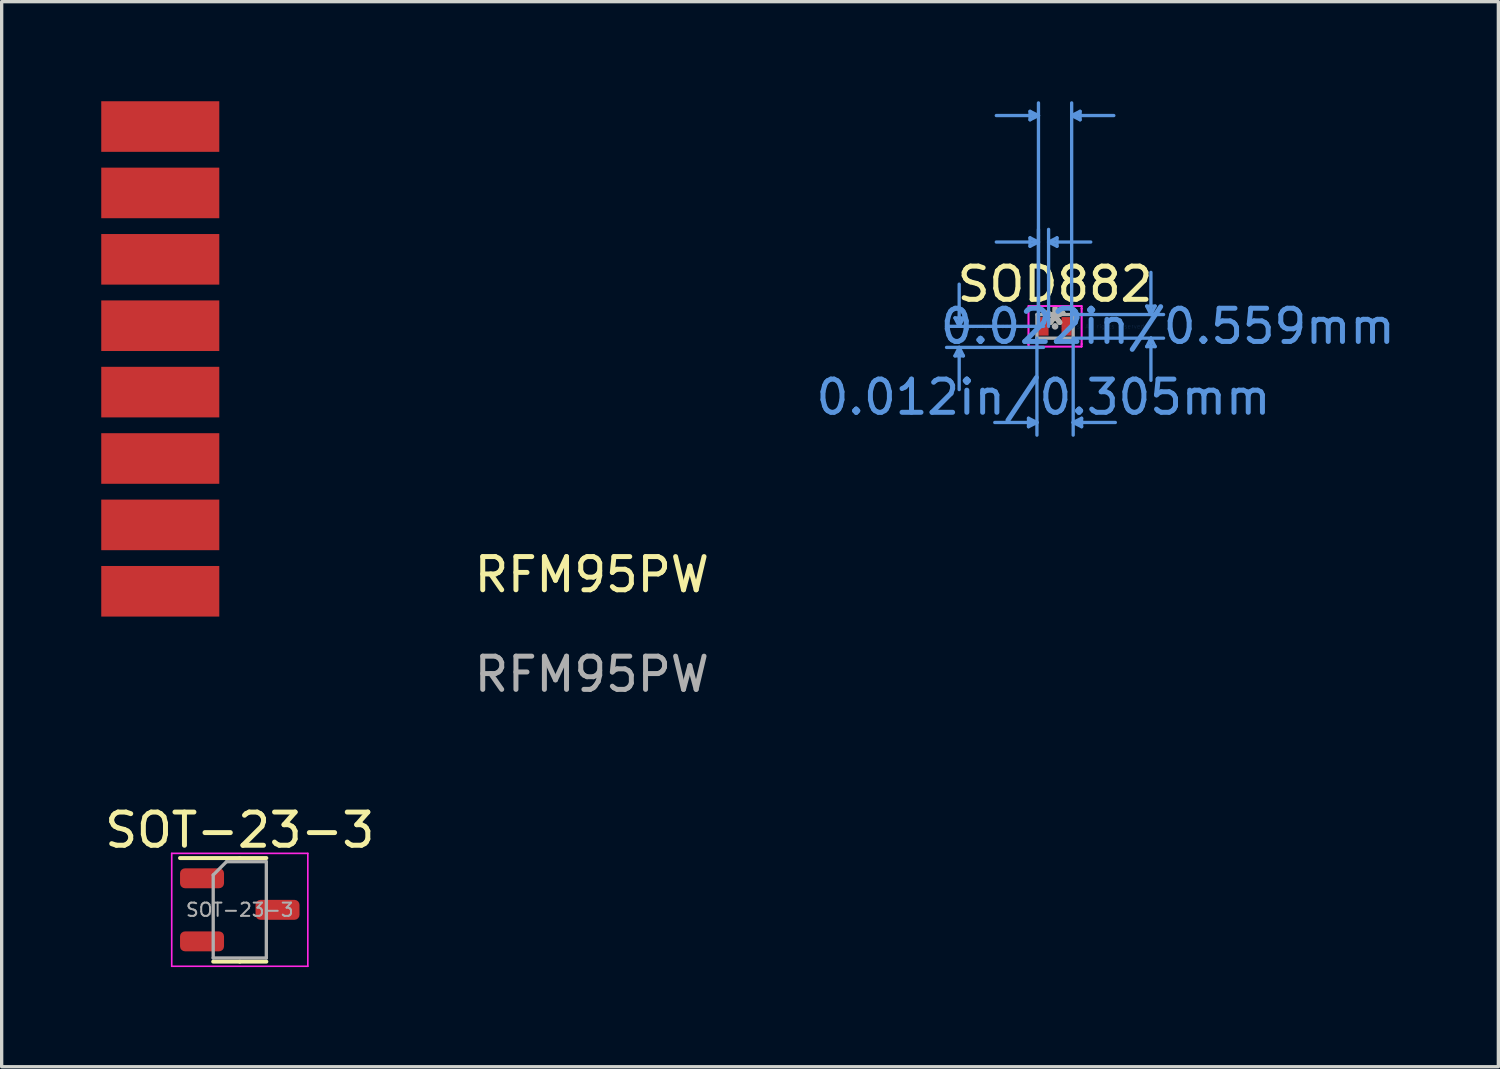
<source format=kicad_pcb>
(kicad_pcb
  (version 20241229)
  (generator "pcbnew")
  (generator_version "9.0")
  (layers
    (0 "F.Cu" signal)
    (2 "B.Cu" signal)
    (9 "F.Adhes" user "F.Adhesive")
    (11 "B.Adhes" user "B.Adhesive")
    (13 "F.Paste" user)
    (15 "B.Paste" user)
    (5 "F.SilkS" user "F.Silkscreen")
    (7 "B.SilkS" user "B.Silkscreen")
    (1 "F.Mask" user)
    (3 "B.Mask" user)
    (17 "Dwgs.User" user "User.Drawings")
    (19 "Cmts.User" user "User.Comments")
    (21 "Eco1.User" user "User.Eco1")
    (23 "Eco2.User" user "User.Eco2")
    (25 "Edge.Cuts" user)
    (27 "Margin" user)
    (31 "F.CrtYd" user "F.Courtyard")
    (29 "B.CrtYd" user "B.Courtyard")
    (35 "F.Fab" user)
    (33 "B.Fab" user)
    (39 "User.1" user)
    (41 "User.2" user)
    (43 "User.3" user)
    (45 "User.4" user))
  (footprint "SOT-23-3"
    (layer "F.Cu")
    (at 4.173 24.358)
    (property "Reference" "SOT-23-3" (at 0 -2.4 0) (layer "F.SilkS") (effects (font (size 1 1) (thickness 0.15))))
    (attr smd)
    (fp_line (start 0 -1.56) (end -1.8 -1.56) (stroke (width 0.12) (type solid)) (layer "F.SilkS"))
    (fp_line (start 0 -1.56) (end 0.8 -1.56) (stroke (width 0.12) (type solid)) (layer "F.SilkS"))
    (fp_line (start 0 1.56) (end -0.8 1.56) (stroke (width 0.12) (type solid)) (layer "F.SilkS"))
    (fp_line (start 0 1.56) (end 0.8 1.56) (stroke (width 0.12) (type solid)) (layer "F.SilkS"))
    (fp_line (start -2.05 -1.7) (end -2.05 1.7) (stroke (width 0.05) (type solid)) (layer "F.CrtYd"))
    (fp_line (start -2.05 1.7) (end 2.05 1.7) (stroke (width 0.05) (type solid)) (layer "F.CrtYd"))
    (fp_line (start 2.05 -1.7) (end -2.05 -1.7) (stroke (width 0.05) (type solid)) (layer "F.CrtYd"))
    (fp_line (start 2.05 1.7) (end 2.05 -1.7) (stroke (width 0.05) (type solid)) (layer "F.CrtYd"))
    (fp_line (start -0.8 -1.05) (end -0.4 -1.45) (stroke (width 0.1) (type solid)) (layer "F.Fab"))
    (fp_line (start -0.8 1.45) (end -0.8 -1.05) (stroke (width 0.1) (type solid)) (layer "F.Fab"))
    (fp_line (start -0.4 -1.45) (end 0.8 -1.45) (stroke (width 0.1) (type solid)) (layer "F.Fab"))
    (fp_line (start 0.8 -1.45) (end 0.8 1.45) (stroke (width 0.1) (type solid)) (layer "F.Fab"))
    (fp_line (start 0.8 1.45) (end -0.8 1.45) (stroke (width 0.1) (type solid)) (layer "F.Fab"))
    (fp_text user "${REFERENCE}" (at 0 0 0) (layer "F.Fab") (effects (font (size 0.4 0.4) (thickness 0.06))))
    (pad "1" smd roundrect (at -1.137 -0.95) (size 1.325 0.6) (layers "F.Cu" "F.Mask" "F.Paste") (roundrect_rratio 0.25))
    (pad "2" smd roundrect (at -1.137 0.95) (size 1.325 0.6) (layers "F.Cu" "F.Mask" "F.Paste") (roundrect_rratio 0.25))
    (pad "3" smd roundrect (at 1.137 0) (size 1.325 0.6) (layers "F.Cu" "F.Mask" "F.Paste") (roundrect_rratio 0.25)))
  (footprint "RFM95PW"
    (layer "F.Cu")
    (at 14.778 14.762)
    (property "Reference" "RFM95PW" (at 0 -0.5 0) (unlocked yes) (layer "F.SilkS") (effects (font (size 1 1) (thickness 0.15))))
    (attr smd)
    (fp_text user "${REFERENCE}" (at 0 2.5 0) (unlocked yes) (layer "F.Fab") (effects (font (size 1 1) (thickness 0.15))))
    (pad "1" smd rect (at -13 -14) (size 3.556 1.524) (layers "F.Cu" "F.Mask" "F.Paste"))
    (pad "1" smd rect (at -13 -12) (size 3.556 1.524) (layers "F.Cu" "F.Mask" "F.Paste"))
    (pad "1" smd rect (at -13 -10) (size 3.556 1.524) (layers "F.Cu" "F.Mask" "F.Paste"))
    (pad "1" smd rect (at -13 -8) (size 3.556 1.524) (layers "F.Cu" "F.Mask" "F.Paste"))
    (pad "1" smd rect (at -13 -6) (size 3.556 1.524) (layers "F.Cu" "F.Mask" "F.Paste"))
    (pad "1" smd rect (at -13 -4) (size 3.556 1.524) (layers "F.Cu" "F.Mask" "F.Paste"))
    (pad "1" smd rect (at -13 -2) (size 3.556 1.524) (layers "F.Cu" "F.Mask" "F.Paste"))
    (pad "1" smd rect (at -13 0) (size 3.556 1.524) (layers "F.Cu" "F.Mask" "F.Paste")))
  (footprint "SOD882"
    (layer "F.Cu")
    (at 28.733 6.781)
    (property "Reference" "SOD882" (at 0 -1.27 0) (layer "F.SilkS") (effects (font (size 1 1) (thickness 0.15))))
    (attr through_hole)
    (fp_line (start -3.015 -0.254) (end -2.761 -0.254) (stroke (width 0.1) (type solid)) (layer "Cmts.User"))
    (fp_line (start -3.015 0.889) (end -2.761 0.889) (stroke (width 0.1) (type solid)) (layer "Cmts.User"))
    (fp_line (start -2.888 0) (end -3.015 -0.254) (stroke (width 0.1) (type solid)) (layer "Cmts.User"))
    (fp_line (start -2.888 0) (end -2.888 -1.27) (stroke (width 0.1) (type solid)) (layer "Cmts.User"))
    (fp_line (start -2.888 0) (end -2.761 -0.254) (stroke (width 0.1) (type solid)) (layer "Cmts.User"))
    (fp_line (start -2.888 0.635) (end -3.015 0.889) (stroke (width 0.1) (type solid)) (layer "Cmts.User"))
    (fp_line (start -2.888 0.635) (end -2.888 1.905) (stroke (width 0.1) (type solid)) (layer "Cmts.User"))
    (fp_line (start -2.888 0.635) (end -2.761 0.889) (stroke (width 0.1) (type solid)) (layer "Cmts.User"))
    (fp_line (start -0.8 2.769) (end -0.8 3.023) (stroke (width 0.1) (type solid)) (layer "Cmts.User"))
    (fp_line (start -0.754 -6.477) (end -0.754 -6.223) (stroke (width 0.1) (type solid)) (layer "Cmts.User"))
    (fp_line (start -0.754 -2.667) (end -0.754 -2.413) (stroke (width 0.1) (type solid)) (layer "Cmts.User"))
    (fp_line (start -0.546 0.356) (end -0.546 3.277) (stroke (width 0.1) (type solid)) (layer "Cmts.User"))
    (fp_line (start -0.546 2.896) (end -1.816 2.896) (stroke (width 0.1) (type solid)) (layer "Cmts.User"))
    (fp_line (start -0.546 2.896) (end -0.8 2.769) (stroke (width 0.1) (type solid)) (layer "Cmts.User"))
    (fp_line (start -0.546 2.896) (end -0.8 3.023) (stroke (width 0.1) (type solid)) (layer "Cmts.User"))
    (fp_line (start -0.5 -6.35) (end -1.77 -6.35) (stroke (width 0.1) (type solid)) (layer "Cmts.User"))
    (fp_line (start -0.5 -6.35) (end -0.754 -6.477) (stroke (width 0.1) (type solid)) (layer "Cmts.User"))
    (fp_line (start -0.5 -6.35) (end -0.754 -6.223) (stroke (width 0.1) (type solid)) (layer "Cmts.User"))
    (fp_line (start -0.5 -2.54) (end -1.77 -2.54) (stroke (width 0.1) (type solid)) (layer "Cmts.User"))
    (fp_line (start -0.5 -2.54) (end -0.754 -2.667) (stroke (width 0.1) (type solid)) (layer "Cmts.User"))
    (fp_line (start -0.5 -2.54) (end -0.754 -2.413) (stroke (width 0.1) (type solid)) (layer "Cmts.User"))
    (fp_line (start -0.5 0) (end -0.5 -6.731) (stroke (width 0.1) (type solid)) (layer "Cmts.User"))
    (fp_line (start -0.5 0) (end -0.5 -2.921) (stroke (width 0.1) (type solid)) (layer "Cmts.User"))
    (fp_line (start -0.348 0) (end -3.269 0) (stroke (width 0.1) (type solid)) (layer "Cmts.User"))
    (fp_line (start -0.348 0.635) (end -3.269 0.635) (stroke (width 0.1) (type solid)) (layer "Cmts.User"))
    (fp_line (start -0.195 -2.54) (end 0.059 -2.667) (stroke (width 0.1) (type solid)) (layer "Cmts.User"))
    (fp_line (start -0.195 -2.54) (end 0.059 -2.413) (stroke (width 0.1) (type solid)) (layer "Cmts.User"))
    (fp_line (start -0.195 -2.54) (end 1.075 -2.54) (stroke (width 0.1) (type solid)) (layer "Cmts.User"))
    (fp_line (start -0.195 0) (end -0.195 -2.921) (stroke (width 0.1) (type solid)) (layer "Cmts.User"))
    (fp_line (start 0.059 -2.667) (end 0.059 -2.413) (stroke (width 0.1) (type solid)) (layer "Cmts.User"))
    (fp_line (start 0.5 -6.35) (end 0.754 -6.477) (stroke (width 0.1) (type solid)) (layer "Cmts.User"))
    (fp_line (start 0.5 -6.35) (end 0.754 -6.223) (stroke (width 0.1) (type solid)) (layer "Cmts.User"))
    (fp_line (start 0.5 -6.35) (end 1.77 -6.35) (stroke (width 0.1) (type solid)) (layer "Cmts.User"))
    (fp_line (start 0.5 0) (end 0.5 -6.731) (stroke (width 0.1) (type solid)) (layer "Cmts.User"))
    (fp_line (start 0.546 -0.356) (end 3.269 -0.356) (stroke (width 0.1) (type solid)) (layer "Cmts.User"))
    (fp_line (start 0.546 0.356) (end 0.546 3.277) (stroke (width 0.1) (type solid)) (layer "Cmts.User"))
    (fp_line (start 0.546 0.356) (end 3.269 0.356) (stroke (width 0.1) (type solid)) (layer "Cmts.User"))
    (fp_line (start 0.546 2.896) (end 0.8 2.769) (stroke (width 0.1) (type solid)) (layer "Cmts.User"))
    (fp_line (start 0.546 2.896) (end 0.8 3.023) (stroke (width 0.1) (type solid)) (layer "Cmts.User"))
    (fp_line (start 0.546 2.896) (end 1.816 2.896) (stroke (width 0.1) (type solid)) (layer "Cmts.User"))
    (fp_line (start 0.754 -6.477) (end 0.754 -6.223) (stroke (width 0.1) (type solid)) (layer "Cmts.User"))
    (fp_line (start 0.8 2.769) (end 0.8 3.023) (stroke (width 0.1) (type solid)) (layer "Cmts.User"))
    (fp_line (start 2.761 -0.61) (end 3.015 -0.61) (stroke (width 0.1) (type solid)) (layer "Cmts.User"))
    (fp_line (start 2.761 0.61) (end 3.015 0.61) (stroke (width 0.1) (type solid)) (layer "Cmts.User"))
    (fp_line (start 2.888 -0.356) (end 2.761 -0.61) (stroke (width 0.1) (type solid)) (layer "Cmts.User"))
    (fp_line (start 2.888 -0.356) (end 2.888 -1.626) (stroke (width 0.1) (type solid)) (layer "Cmts.User"))
    (fp_line (start 2.888 -0.356) (end 3.015 -0.61) (stroke (width 0.1) (type solid)) (layer "Cmts.User"))
    (fp_line (start 2.888 0.356) (end 2.761 0.61) (stroke (width 0.1) (type solid)) (layer "Cmts.User"))
    (fp_line (start 2.888 0.356) (end 2.888 1.626) (stroke (width 0.1) (type solid)) (layer "Cmts.User"))
    (fp_line (start 2.888 0.356) (end 3.015 0.61) (stroke (width 0.1) (type solid)) (layer "Cmts.User"))
    (fp_line (start -0.8 -0.61) (end 0.8 -0.61) (stroke (width 0.05) (type solid)) (layer "F.CrtYd"))
    (fp_line (start -0.8 -0.61) (end 0.8 -0.61) (stroke (width 0.05) (type solid)) (layer "F.CrtYd"))
    (fp_line (start -0.8 -0.533) (end -0.8 -0.61) (stroke (width 0.05) (type solid)) (layer "F.CrtYd"))
    (fp_line (start -0.8 -0.533) (end -0.8 -0.61) (stroke (width 0.05) (type solid)) (layer "F.CrtYd"))
    (fp_line (start -0.8 -0.533) (end -0.8 -0.533) (stroke (width 0.05) (type solid)) (layer "F.CrtYd"))
    (fp_line (start -0.8 -0.533) (end -0.8 -0.533) (stroke (width 0.05) (type solid)) (layer "F.CrtYd"))
    (fp_line (start -0.8 0.533) (end -0.8 -0.533) (stroke (width 0.05) (type solid)) (layer "F.CrtYd"))
    (fp_line (start -0.8 0.533) (end -0.8 -0.533) (stroke (width 0.05) (type solid)) (layer "F.CrtYd"))
    (fp_line (start -0.8 0.533) (end -0.8 0.533) (stroke (width 0.05) (type solid)) (layer "F.CrtYd"))
    (fp_line (start -0.8 0.533) (end -0.8 0.533) (stroke (width 0.05) (type solid)) (layer "F.CrtYd"))
    (fp_line (start -0.8 0.61) (end -0.8 0.533) (stroke (width 0.05) (type solid)) (layer "F.CrtYd"))
    (fp_line (start -0.8 0.61) (end -0.8 0.533) (stroke (width 0.05) (type solid)) (layer "F.CrtYd"))
    (fp_line (start 0.8 -0.61) (end 0.8 -0.533) (stroke (width 0.05) (type solid)) (layer "F.CrtYd"))
    (fp_line (start 0.8 -0.61) (end 0.8 -0.533) (stroke (width 0.05) (type solid)) (layer "F.CrtYd"))
    (fp_line (start 0.8 -0.533) (end 0.8 -0.533) (stroke (width 0.05) (type solid)) (layer "F.CrtYd"))
    (fp_line (start 0.8 -0.533) (end 0.8 -0.533) (stroke (width 0.05) (type solid)) (layer "F.CrtYd"))
    (fp_line (start 0.8 -0.533) (end 0.8 0.533) (stroke (width 0.05) (type solid)) (layer "F.CrtYd"))
    (fp_line (start 0.8 -0.533) (end 0.8 0.533) (stroke (width 0.05) (type solid)) (layer "F.CrtYd"))
    (fp_line (start 0.8 0.533) (end 0.8 0.533) (stroke (width 0.05) (type solid)) (layer "F.CrtYd"))
    (fp_line (start 0.8 0.533) (end 0.8 0.533) (stroke (width 0.05) (type solid)) (layer "F.CrtYd"))
    (fp_line (start 0.8 0.533) (end 0.8 0.61) (stroke (width 0.05) (type solid)) (layer "F.CrtYd"))
    (fp_line (start 0.8 0.533) (end 0.8 0.61) (stroke (width 0.05) (type solid)) (layer "F.CrtYd"))
    (fp_line (start 0.8 0.61) (end -0.8 0.61) (stroke (width 0.05) (type solid)) (layer "F.CrtYd"))
    (fp_line (start 0.8 0.61) (end -0.8 0.61) (stroke (width 0.05) (type solid)) (layer "F.CrtYd"))
    (fp_line (start -0.546 -0.356) (end -0.546 0.356) (stroke (width 0.1) (type solid)) (layer "F.Fab"))
    (fp_line (start -0.546 0.356) (end 0.546 0.356) (stroke (width 0.1) (type solid)) (layer "F.Fab"))
    (fp_line (start 0.546 -0.356) (end -0.546 -0.356) (stroke (width 0.1) (type solid)) (layer "F.Fab"))
    (fp_line (start 0.546 0.356) (end 0.546 -0.356) (stroke (width 0.1) (type solid)) (layer "F.Fab"))
    (fp_circle (center 0 0) (end 0 0) (stroke (width 0.1) (type solid)) (fill no) (layer "F.Fab"))
    (fp_text user "*" (at 0 0 0) (layer "F.SilkS") (effects (font (size 1 1) (thickness 0.15))))
    (fp_text user "Copyright 2021 Accelerated Designs. All rights reserved." (at 0 0 0) (layer "Cmts.User") (effects (font (size 0.127 0.127) (thickness 0.002))))
    (fp_text user "0.022in/0.559mm" (at 3.396 0 0) (layer "Cmts.User") (effects (font (size 1 1) (thickness 0.15))))
    (fp_text user "0.012in/0.305mm" (at -0.348 2.134 0) (layer "Cmts.User") (effects (font (size 1 1) (thickness 0.15))))
    (fp_text user "*" (at 0 0 0) (layer "F.Fab") (effects (font (size 1 1) (thickness 0.15))))
    (pad "1" smd rect (at -0.348 0) (size 0.305 0.559) (layers "F.Cu" "F.Mask" "F.Paste"))
    (pad "2" smd rect (at 0.348 0) (size 0.305 0.559) (layers "F.Cu" "F.Mask" "F.Paste")))
  (gr_rect
    (start -3 -3)
    (end 42.087 29.084)
    (stroke (width 0.1) (type default))
    (fill no)
    (layer "Edge.Cuts")))
</source>
